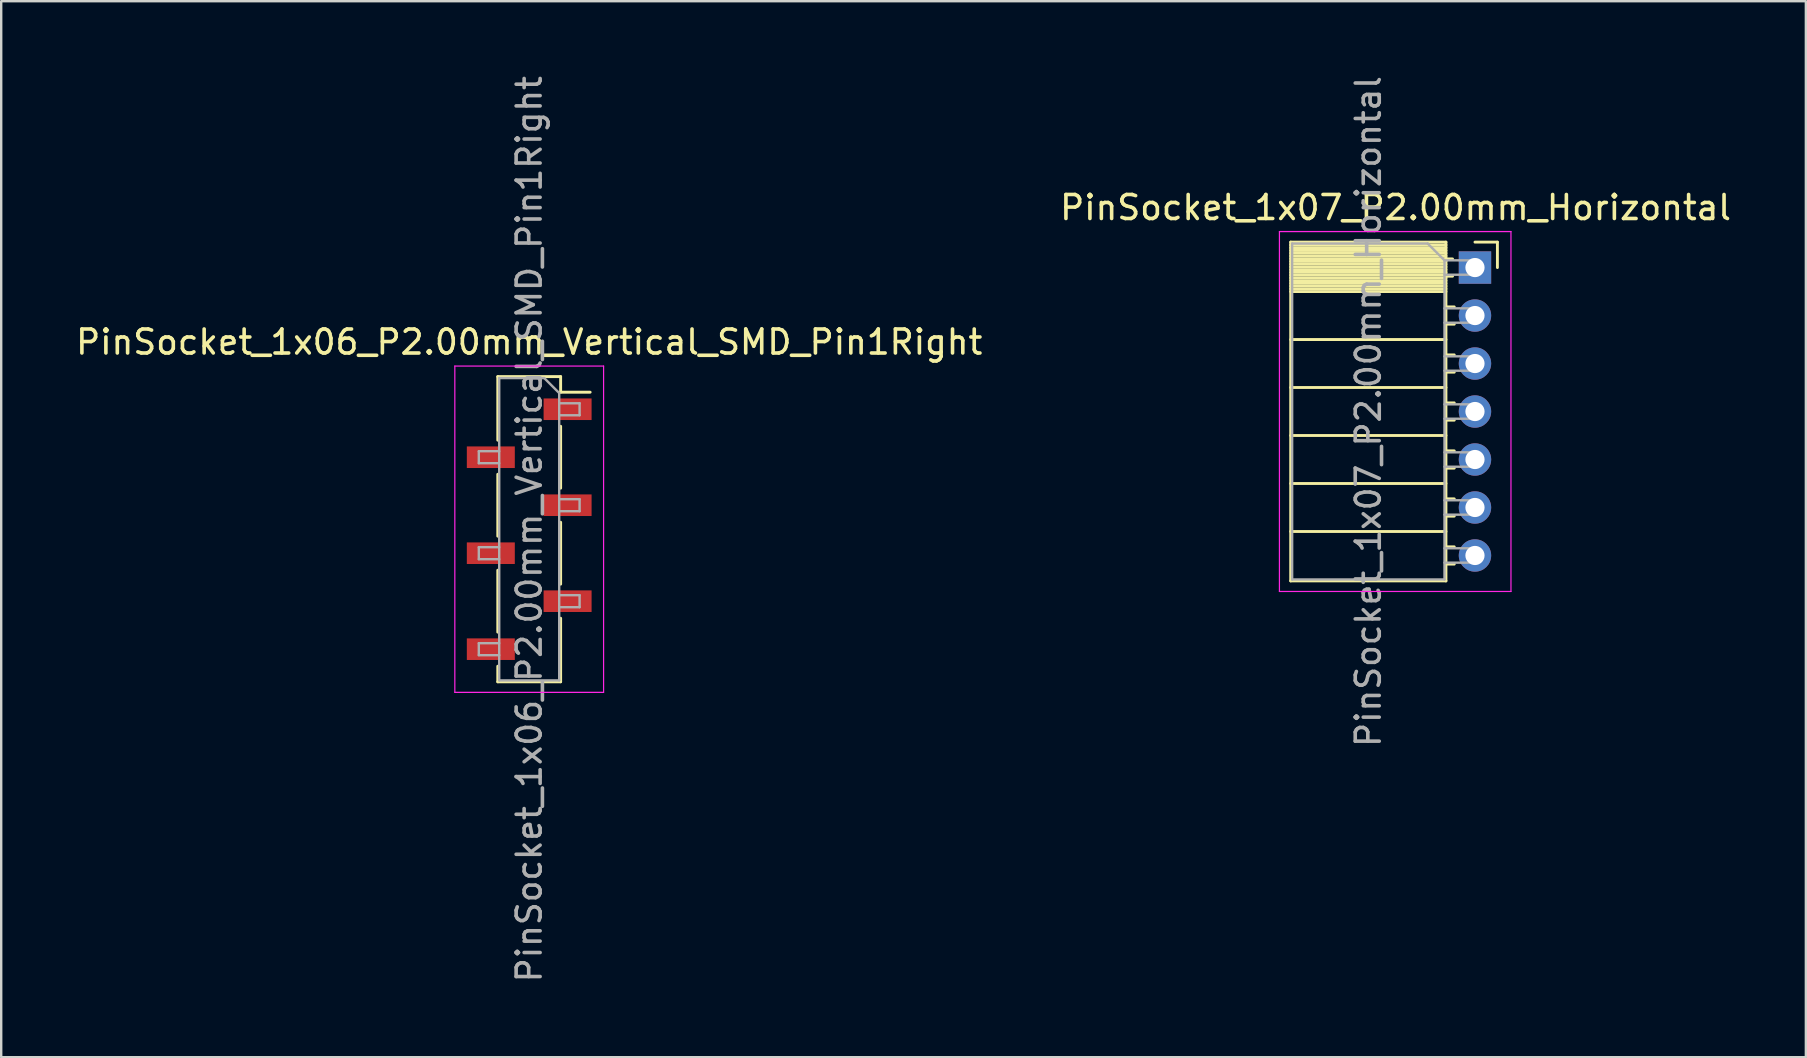
<source format=kicad_pcb>
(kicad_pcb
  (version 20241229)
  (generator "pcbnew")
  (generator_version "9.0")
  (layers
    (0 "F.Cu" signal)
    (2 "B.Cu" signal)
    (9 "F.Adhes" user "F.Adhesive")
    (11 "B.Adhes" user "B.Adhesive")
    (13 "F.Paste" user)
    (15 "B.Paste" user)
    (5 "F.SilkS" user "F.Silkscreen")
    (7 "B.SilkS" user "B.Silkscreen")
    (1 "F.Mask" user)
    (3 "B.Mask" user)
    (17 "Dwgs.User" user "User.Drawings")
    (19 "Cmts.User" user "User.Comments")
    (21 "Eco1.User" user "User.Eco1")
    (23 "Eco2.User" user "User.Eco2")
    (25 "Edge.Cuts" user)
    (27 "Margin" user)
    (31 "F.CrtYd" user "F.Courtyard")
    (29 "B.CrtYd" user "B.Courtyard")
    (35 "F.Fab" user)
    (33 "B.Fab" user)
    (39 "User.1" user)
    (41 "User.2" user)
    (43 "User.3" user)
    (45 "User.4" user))
  (footprint "PinSocket_1x06_P2.00mm_Vertical_SMD_Pin1Right"
    (layer "F.Cu")
    (at 19.006 19.006)
    (property "Reference" "PinSocket_1x06_P2.00mm_Vertical_SMD_Pin1Right" (at 0 -7.8 0) (layer "F.SilkS") (effects (font (size 1 1) (thickness 0.15))))
    (attr smd)
    (fp_line (start -1.31 -6.36) (end -1.31 -3.71) (stroke (width 0.12) (type solid)) (layer "F.SilkS"))
    (fp_line (start -1.31 -6.36) (end 1.31 -6.36) (stroke (width 0.12) (type solid)) (layer "F.SilkS"))
    (fp_line (start -1.31 -2.29) (end -1.31 0.29) (stroke (width 0.12) (type solid)) (layer "F.SilkS"))
    (fp_line (start -1.31 1.71) (end -1.31 4.29) (stroke (width 0.12) (type solid)) (layer "F.SilkS"))
    (fp_line (start -1.31 5.71) (end -1.31 6.36) (stroke (width 0.12) (type solid)) (layer "F.SilkS"))
    (fp_line (start -1.31 6.36) (end 1.31 6.36) (stroke (width 0.12) (type solid)) (layer "F.SilkS"))
    (fp_line (start 1.31 -6.36) (end 1.31 -5.71) (stroke (width 0.12) (type solid)) (layer "F.SilkS"))
    (fp_line (start 1.31 -5.71) (end 2.54 -5.71) (stroke (width 0.12) (type solid)) (layer "F.SilkS"))
    (fp_line (start 1.31 -4.29) (end 1.31 -1.71) (stroke (width 0.12) (type solid)) (layer "F.SilkS"))
    (fp_line (start 1.31 -0.29) (end 1.31 2.29) (stroke (width 0.12) (type solid)) (layer "F.SilkS"))
    (fp_line (start 1.31 3.71) (end 1.31 6.36) (stroke (width 0.12) (type solid)) (layer "F.SilkS"))
    (fp_line (start -3.1 -6.8) (end 3.1 -6.8) (stroke (width 0.05) (type solid)) (layer "F.CrtYd"))
    (fp_line (start -3.1 6.8) (end -3.1 -6.8) (stroke (width 0.05) (type solid)) (layer "F.CrtYd"))
    (fp_line (start 3.1 -6.8) (end 3.1 6.8) (stroke (width 0.05) (type solid)) (layer "F.CrtYd"))
    (fp_line (start 3.1 6.8) (end -3.1 6.8) (stroke (width 0.05) (type solid)) (layer "F.CrtYd"))
    (fp_line (start -2.1 -3.25) (end -1.25 -3.25) (stroke (width 0.1) (type solid)) (layer "F.Fab"))
    (fp_line (start -2.1 -2.75) (end -2.1 -3.25) (stroke (width 0.1) (type solid)) (layer "F.Fab"))
    (fp_line (start -2.1 0.75) (end -1.25 0.75) (stroke (width 0.1) (type solid)) (layer "F.Fab"))
    (fp_line (start -2.1 1.25) (end -2.1 0.75) (stroke (width 0.1) (type solid)) (layer "F.Fab"))
    (fp_line (start -2.1 4.75) (end -1.25 4.75) (stroke (width 0.1) (type solid)) (layer "F.Fab"))
    (fp_line (start -2.1 5.25) (end -2.1 4.75) (stroke (width 0.1) (type solid)) (layer "F.Fab"))
    (fp_line (start -1.25 -6.3) (end 0.625 -6.3) (stroke (width 0.1) (type solid)) (layer "F.Fab"))
    (fp_line (start -1.25 -2.75) (end -2.1 -2.75) (stroke (width 0.1) (type solid)) (layer "F.Fab"))
    (fp_line (start -1.25 1.25) (end -2.1 1.25) (stroke (width 0.1) (type solid)) (layer "F.Fab"))
    (fp_line (start -1.25 5.25) (end -2.1 5.25) (stroke (width 0.1) (type solid)) (layer "F.Fab"))
    (fp_line (start -1.25 6.3) (end -1.25 -6.3) (stroke (width 0.1) (type solid)) (layer "F.Fab"))
    (fp_line (start 0.625 -6.3) (end 1.25 -5.675) (stroke (width 0.1) (type solid)) (layer "F.Fab"))
    (fp_line (start 1.25 -5.675) (end 1.25 6.3) (stroke (width 0.1) (type solid)) (layer "F.Fab"))
    (fp_line (start 1.25 -5.25) (end 2.1 -5.25) (stroke (width 0.1) (type solid)) (layer "F.Fab"))
    (fp_line (start 1.25 -1.25) (end 2.1 -1.25) (stroke (width 0.1) (type solid)) (layer "F.Fab"))
    (fp_line (start 1.25 2.75) (end 2.1 2.75) (stroke (width 0.1) (type solid)) (layer "F.Fab"))
    (fp_line (start 1.25 6.3) (end -1.25 6.3) (stroke (width 0.1) (type solid)) (layer "F.Fab"))
    (fp_line (start 2.1 -5.25) (end 2.1 -4.75) (stroke (width 0.1) (type solid)) (layer "F.Fab"))
    (fp_line (start 2.1 -4.75) (end 1.25 -4.75) (stroke (width 0.1) (type solid)) (layer "F.Fab"))
    (fp_line (start 2.1 -1.25) (end 2.1 -0.75) (stroke (width 0.1) (type solid)) (layer "F.Fab"))
    (fp_line (start 2.1 -0.75) (end 1.25 -0.75) (stroke (width 0.1) (type solid)) (layer "F.Fab"))
    (fp_line (start 2.1 2.75) (end 2.1 3.25) (stroke (width 0.1) (type solid)) (layer "F.Fab"))
    (fp_line (start 2.1 3.25) (end 1.25 3.25) (stroke (width 0.1) (type solid)) (layer "F.Fab"))
    (fp_text user "${REFERENCE}" (at 0 0 90) (layer "F.Fab") (effects (font (size 1 1) (thickness 0.15))))
    (pad "1" smd rect (at 1.6 -5) (size 2 0.9) (layers "F.Cu" "F.Mask" "F.Paste"))
    (pad "2" smd rect (at -1.6 -3) (size 2 0.9) (layers "F.Cu" "F.Mask" "F.Paste"))
    (pad "3" smd rect (at 1.6 -1) (size 2 0.9) (layers "F.Cu" "F.Mask" "F.Paste"))
    (pad "4" smd rect (at -1.6 1) (size 2 0.9) (layers "F.Cu" "F.Mask" "F.Paste"))
    (pad "5" smd rect (at 1.6 3) (size 2 0.9) (layers "F.Cu" "F.Mask" "F.Paste"))
    (pad "6" smd rect (at -1.6 5) (size 2 0.9) (layers "F.Cu" "F.Mask" "F.Paste")))
  (footprint "PinSocket_1x07_P2.00mm_Horizontal"
    (layer "F.Cu")
    (at 58.423 8.101)
    (property "Reference" "PinSocket_1x07_P2.00mm_Horizontal" (at -3.31 -2.5 0) (layer "F.SilkS") (effects (font (size 1 1) (thickness 0.15))))
    (attr through_hole)
    (fp_line (start -7.68 -1.06) (end -7.68 13.06) (stroke (width 0.12) (type solid)) (layer "F.SilkS"))
    (fp_line (start -7.68 -1.06) (end -1.21 -1.06) (stroke (width 0.12) (type solid)) (layer "F.SilkS"))
    (fp_line (start -7.68 -0.94) (end -1.21 -0.94) (stroke (width 0.12) (type solid)) (layer "F.SilkS"))
    (fp_line (start -7.68 -0.826) (end -1.21 -0.826) (stroke (width 0.12) (type solid)) (layer "F.SilkS"))
    (fp_line (start -7.68 -0.712) (end -1.21 -0.712) (stroke (width 0.12) (type solid)) (layer "F.SilkS"))
    (fp_line (start -7.68 -0.598) (end -1.21 -0.598) (stroke (width 0.12) (type solid)) (layer "F.SilkS"))
    (fp_line (start -7.68 -0.484) (end -1.21 -0.484) (stroke (width 0.12) (type solid)) (layer "F.SilkS"))
    (fp_line (start -7.68 -0.369) (end -1.21 -0.369) (stroke (width 0.12) (type solid)) (layer "F.SilkS"))
    (fp_line (start -7.68 -0.255) (end -1.21 -0.255) (stroke (width 0.12) (type solid)) (layer "F.SilkS"))
    (fp_line (start -7.68 -0.141) (end -1.21 -0.141) (stroke (width 0.12) (type solid)) (layer "F.SilkS"))
    (fp_line (start -7.68 -0.027) (end -1.21 -0.027) (stroke (width 0.12) (type solid)) (layer "F.SilkS"))
    (fp_line (start -7.68 0.087) (end -1.21 0.087) (stroke (width 0.12) (type solid)) (layer "F.SilkS"))
    (fp_line (start -7.68 0.201) (end -1.21 0.201) (stroke (width 0.12) (type solid)) (layer "F.SilkS"))
    (fp_line (start -7.68 0.315) (end -1.21 0.315) (stroke (width 0.12) (type solid)) (layer "F.SilkS"))
    (fp_line (start -7.68 0.429) (end -1.21 0.429) (stroke (width 0.12) (type solid)) (layer "F.SilkS"))
    (fp_line (start -7.68 0.544) (end -1.21 0.544) (stroke (width 0.12) (type solid)) (layer "F.SilkS"))
    (fp_line (start -7.68 0.658) (end -1.21 0.658) (stroke (width 0.12) (type solid)) (layer "F.SilkS"))
    (fp_line (start -7.68 0.772) (end -1.21 0.772) (stroke (width 0.12) (type solid)) (layer "F.SilkS"))
    (fp_line (start -7.68 0.886) (end -1.21 0.886) (stroke (width 0.12) (type solid)) (layer "F.SilkS"))
    (fp_line (start -7.68 1) (end -1.21 1) (stroke (width 0.12) (type solid)) (layer "F.SilkS"))
    (fp_line (start -7.68 3) (end -1.21 3) (stroke (width 0.12) (type solid)) (layer "F.SilkS"))
    (fp_line (start -7.68 5) (end -1.21 5) (stroke (width 0.12) (type solid)) (layer "F.SilkS"))
    (fp_line (start -7.68 7) (end -1.21 7) (stroke (width 0.12) (type solid)) (layer "F.SilkS"))
    (fp_line (start -7.68 9) (end -1.21 9) (stroke (width 0.12) (type solid)) (layer "F.SilkS"))
    (fp_line (start -7.68 11) (end -1.21 11) (stroke (width 0.12) (type solid)) (layer "F.SilkS"))
    (fp_line (start -7.68 13.06) (end -1.21 13.06) (stroke (width 0.12) (type solid)) (layer "F.SilkS"))
    (fp_line (start -1.21 -1.06) (end -1.21 13.06) (stroke (width 0.12) (type solid)) (layer "F.SilkS"))
    (fp_line (start -1.21 -0.36) (end -0.935 -0.36) (stroke (width 0.12) (type solid)) (layer "F.SilkS"))
    (fp_line (start -1.21 0.36) (end -0.935 0.36) (stroke (width 0.12) (type solid)) (layer "F.SilkS"))
    (fp_line (start -1.21 1.64) (end -0.863 1.64) (stroke (width 0.12) (type solid)) (layer "F.SilkS"))
    (fp_line (start -1.21 2.36) (end -0.863 2.36) (stroke (width 0.12) (type solid)) (layer "F.SilkS"))
    (fp_line (start -1.21 3.64) (end -0.863 3.64) (stroke (width 0.12) (type solid)) (layer "F.SilkS"))
    (fp_line (start -1.21 4.36) (end -0.863 4.36) (stroke (width 0.12) (type solid)) (layer "F.SilkS"))
    (fp_line (start -1.21 5.64) (end -0.863 5.64) (stroke (width 0.12) (type solid)) (layer "F.SilkS"))
    (fp_line (start -1.21 6.36) (end -0.863 6.36) (stroke (width 0.12) (type solid)) (layer "F.SilkS"))
    (fp_line (start -1.21 7.64) (end -0.863 7.64) (stroke (width 0.12) (type solid)) (layer "F.SilkS"))
    (fp_line (start -1.21 8.36) (end -0.863 8.36) (stroke (width 0.12) (type solid)) (layer "F.SilkS"))
    (fp_line (start -1.21 9.64) (end -0.863 9.64) (stroke (width 0.12) (type solid)) (layer "F.SilkS"))
    (fp_line (start -1.21 10.36) (end -0.863 10.36) (stroke (width 0.12) (type solid)) (layer "F.SilkS"))
    (fp_line (start -1.21 11.64) (end -0.863 11.64) (stroke (width 0.12) (type solid)) (layer "F.SilkS"))
    (fp_line (start -1.21 12.36) (end -0.863 12.36) (stroke (width 0.12) (type solid)) (layer "F.SilkS"))
    (fp_line (start 0 -1.06) (end 0.935 -1.06) (stroke (width 0.12) (type solid)) (layer "F.SilkS"))
    (fp_line (start 0.935 -1.06) (end 0.935 0) (stroke (width 0.12) (type solid)) (layer "F.SilkS"))
    (fp_line (start -8.15 -1.5) (end -8.15 13.5) (stroke (width 0.05) (type solid)) (layer "F.CrtYd"))
    (fp_line (start -8.15 13.5) (end 1.5 13.5) (stroke (width 0.05) (type solid)) (layer "F.CrtYd"))
    (fp_line (start 1.5 -1.5) (end -8.15 -1.5) (stroke (width 0.05) (type solid)) (layer "F.CrtYd"))
    (fp_line (start 1.5 13.5) (end 1.5 -1.5) (stroke (width 0.05) (type solid)) (layer "F.CrtYd"))
    (fp_line (start -7.62 -1) (end -1.97 -1) (stroke (width 0.1) (type solid)) (layer "F.Fab"))
    (fp_line (start -7.62 13) (end -7.62 -1) (stroke (width 0.1) (type solid)) (layer "F.Fab"))
    (fp_line (start -1.97 -1) (end -1.27 -0.3) (stroke (width 0.1) (type solid)) (layer "F.Fab"))
    (fp_line (start -1.27 -0.3) (end -1.27 13) (stroke (width 0.1) (type solid)) (layer "F.Fab"))
    (fp_line (start -1.27 0.3) (end 0 0.3) (stroke (width 0.1) (type solid)) (layer "F.Fab"))
    (fp_line (start -1.27 2.3) (end 0 2.3) (stroke (width 0.1) (type solid)) (layer "F.Fab"))
    (fp_line (start -1.27 4.3) (end 0 4.3) (stroke (width 0.1) (type solid)) (layer "F.Fab"))
    (fp_line (start -1.27 6.3) (end 0 6.3) (stroke (width 0.1) (type solid)) (layer "F.Fab"))
    (fp_line (start -1.27 8.3) (end 0 8.3) (stroke (width 0.1) (type solid)) (layer "F.Fab"))
    (fp_line (start -1.27 10.3) (end 0 10.3) (stroke (width 0.1) (type solid)) (layer "F.Fab"))
    (fp_line (start -1.27 12.3) (end 0 12.3) (stroke (width 0.1) (type solid)) (layer "F.Fab"))
    (fp_line (start -1.27 13) (end -7.62 13) (stroke (width 0.1) (type solid)) (layer "F.Fab"))
    (fp_line (start 0 -0.3) (end -1.27 -0.3) (stroke (width 0.1) (type solid)) (layer "F.Fab"))
    (fp_line (start 0 0.3) (end 0 -0.3) (stroke (width 0.1) (type solid)) (layer "F.Fab"))
    (fp_line (start 0 1.7) (end -1.27 1.7) (stroke (width 0.1) (type solid)) (layer "F.Fab"))
    (fp_line (start 0 2.3) (end 0 1.7) (stroke (width 0.1) (type solid)) (layer "F.Fab"))
    (fp_line (start 0 3.7) (end -1.27 3.7) (stroke (width 0.1) (type solid)) (layer "F.Fab"))
    (fp_line (start 0 4.3) (end 0 3.7) (stroke (width 0.1) (type solid)) (layer "F.Fab"))
    (fp_line (start 0 5.7) (end -1.27 5.7) (stroke (width 0.1) (type solid)) (layer "F.Fab"))
    (fp_line (start 0 6.3) (end 0 5.7) (stroke (width 0.1) (type solid)) (layer "F.Fab"))
    (fp_line (start 0 7.7) (end -1.27 7.7) (stroke (width 0.1) (type solid)) (layer "F.Fab"))
    (fp_line (start 0 8.3) (end 0 7.7) (stroke (width 0.1) (type solid)) (layer "F.Fab"))
    (fp_line (start 0 9.7) (end -1.27 9.7) (stroke (width 0.1) (type solid)) (layer "F.Fab"))
    (fp_line (start 0 10.3) (end 0 9.7) (stroke (width 0.1) (type solid)) (layer "F.Fab"))
    (fp_line (start 0 11.7) (end -1.27 11.7) (stroke (width 0.1) (type solid)) (layer "F.Fab"))
    (fp_line (start 0 12.3) (end 0 11.7) (stroke (width 0.1) (type solid)) (layer "F.Fab"))
    (fp_text user "${REFERENCE}" (at -4.445 6 90) (layer "F.Fab") (effects (font (size 1 1) (thickness 0.15))))
    (pad "1" thru_hole rect (at 0 0) (size 1.35 1.35) (drill 0.8) (layers "*.Cu" "*.Mask"))
    (pad "2" thru_hole circle (at 0 2) (size 1.35 1.35) (drill 0.8) (layers "*.Cu" "*.Mask"))
    (pad "3" thru_hole circle (at 0 4) (size 1.35 1.35) (drill 0.8) (layers "*.Cu" "*.Mask"))
    (pad "4" thru_hole circle (at 0 6) (size 1.35 1.35) (drill 0.8) (layers "*.Cu" "*.Mask"))
    (pad "5" thru_hole circle (at 0 8) (size 1.35 1.35) (drill 0.8) (layers "*.Cu" "*.Mask"))
    (pad "6" thru_hole circle (at 0 10) (size 1.35 1.35) (drill 0.8) (layers "*.Cu" "*.Mask"))
    (pad "7" thru_hole circle (at 0 12) (size 1.35 1.35) (drill 0.8) (layers "*.Cu" "*.Mask")))
  (gr_rect
    (start -3 -3)
    (end 72.214 41.012)
    (stroke (width 0.1) (type default))
    (fill no)
    (layer "Edge.Cuts")))
</source>
